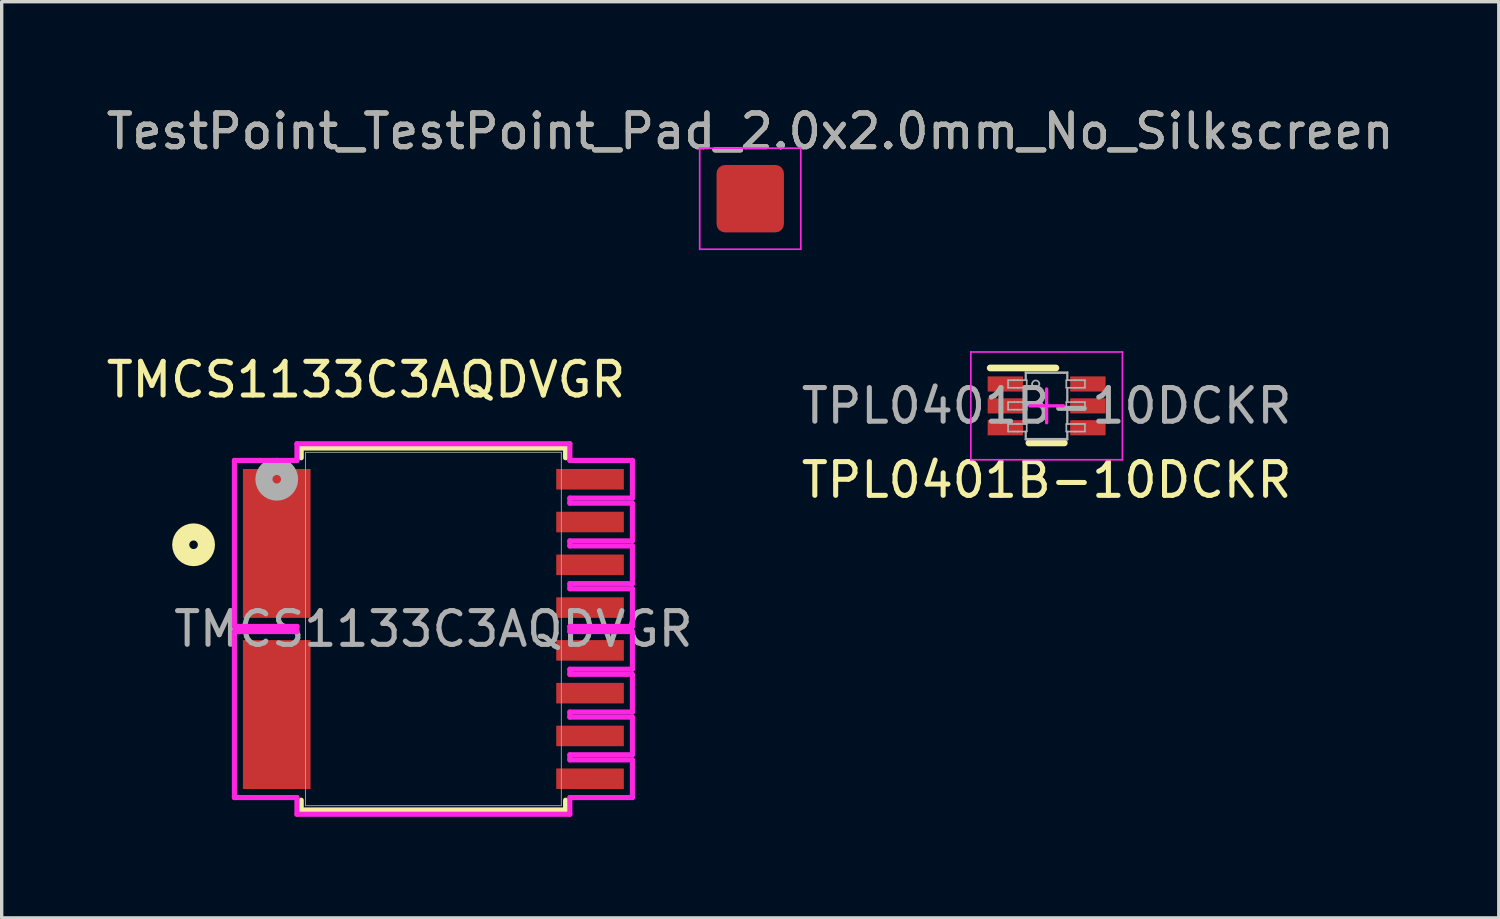
<source format=kicad_pcb>
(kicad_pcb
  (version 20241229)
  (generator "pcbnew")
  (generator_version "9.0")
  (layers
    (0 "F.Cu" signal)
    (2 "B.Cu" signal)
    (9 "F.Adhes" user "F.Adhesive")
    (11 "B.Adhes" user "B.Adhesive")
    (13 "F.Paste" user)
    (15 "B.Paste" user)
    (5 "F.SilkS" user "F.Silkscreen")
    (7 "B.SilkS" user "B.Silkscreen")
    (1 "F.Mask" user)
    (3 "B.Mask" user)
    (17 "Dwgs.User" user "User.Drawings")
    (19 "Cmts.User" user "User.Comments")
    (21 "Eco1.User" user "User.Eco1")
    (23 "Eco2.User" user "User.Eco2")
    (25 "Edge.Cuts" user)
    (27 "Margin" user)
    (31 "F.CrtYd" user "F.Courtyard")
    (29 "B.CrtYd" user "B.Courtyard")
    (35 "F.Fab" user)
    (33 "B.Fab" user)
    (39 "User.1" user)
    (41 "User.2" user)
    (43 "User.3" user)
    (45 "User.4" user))
  (footprint "TPL0401B-10DCKR"
    (layer "F.Cu")
    (at 28.018 8.998)
    (property "Reference" "TPL0401B-10DCKR" (at 0 2.2 0) (unlocked yes) (layer "F.SilkS") (effects (font (size 1 1) (thickness 0.15))))
    (attr smd)
    (fp_line (start -1.675 -1.125) (end 0.275 -1.125) (stroke (width 0.2) (type solid)) (layer "F.SilkS"))
    (fp_line (start -0.525 1.1) (end 0.525 1.1) (stroke (width 0.2) (type solid)) (layer "F.SilkS"))
    (fp_line (start -2.25 -1.6) (end 2.25 -1.6) (stroke (width 0.05) (type solid)) (layer "F.CrtYd"))
    (fp_line (start -2.25 1.6) (end -2.25 -1.6) (stroke (width 0.05) (type solid)) (layer "F.CrtYd"))
    (fp_line (start -2.25 1.6) (end 2.25 1.6) (stroke (width 0.05) (type solid)) (layer "F.CrtYd"))
    (fp_line (start -0.5 0) (end 0.5 0) (stroke (width 0.1) (type solid)) (layer "F.CrtYd"))
    (fp_line (start -0.000003 0.5) (end -0.000003 -0.5) (stroke (width 0.1) (type solid)) (layer "F.CrtYd"))
    (fp_line (start 2.25 1.6) (end 2.25 -1.6) (stroke (width 0.05) (type solid)) (layer "F.CrtYd"))
    (fp_line (start -1.143 -0.762) (end -0.959 -0.762) (stroke (width 0.05) (type solid)) (layer "F.Fab"))
    (fp_line (start -1.143 -0.537) (end -1.143 -0.762) (stroke (width 0.05) (type solid)) (layer "F.Fab"))
    (fp_line (start -1.143 -0.537) (end -0.959 -0.537) (stroke (width 0.05) (type solid)) (layer "F.Fab"))
    (fp_line (start -1.143 -0.112) (end -0.959 -0.112) (stroke (width 0.05) (type solid)) (layer "F.Fab"))
    (fp_line (start -1.143 0.113) (end -1.143 -0.112) (stroke (width 0.05) (type solid)) (layer "F.Fab"))
    (fp_line (start -1.143 0.113) (end -0.959 0.113) (stroke (width 0.05) (type solid)) (layer "F.Fab"))
    (fp_line (start -1.143 0.538) (end -0.959 0.538) (stroke (width 0.05) (type solid)) (layer "F.Fab"))
    (fp_line (start -1.143 0.763) (end -1.143 0.538) (stroke (width 0.05) (type solid)) (layer "F.Fab"))
    (fp_line (start -1.143 0.763) (end -0.959 0.763) (stroke (width 0.05) (type solid)) (layer "F.Fab"))
    (fp_line (start -0.959 -0.762) (end -0.865 -0.762) (stroke (width 0.05) (type solid)) (layer "F.Fab"))
    (fp_line (start -0.959 -0.537) (end -0.865 -0.537) (stroke (width 0.05) (type solid)) (layer "F.Fab"))
    (fp_line (start -0.959 -0.112) (end -0.865 -0.112) (stroke (width 0.05) (type solid)) (layer "F.Fab"))
    (fp_line (start -0.959 0.113) (end -0.865 0.113) (stroke (width 0.05) (type solid)) (layer "F.Fab"))
    (fp_line (start -0.959 0.538) (end -0.865 0.538) (stroke (width 0.05) (type solid)) (layer "F.Fab"))
    (fp_line (start -0.959 0.763) (end -0.865 0.763) (stroke (width 0.05) (type solid)) (layer "F.Fab"))
    (fp_line (start -0.865 -0.762) (end -0.853 -0.762) (stroke (width 0.05) (type solid)) (layer "F.Fab"))
    (fp_line (start -0.865 -0.537) (end -0.853 -0.537) (stroke (width 0.05) (type solid)) (layer "F.Fab"))
    (fp_line (start -0.865 -0.112) (end -0.853 -0.112) (stroke (width 0.05) (type solid)) (layer "F.Fab"))
    (fp_line (start -0.865 0.113) (end -0.853 0.113) (stroke (width 0.05) (type solid)) (layer "F.Fab"))
    (fp_line (start -0.865 0.538) (end -0.853 0.538) (stroke (width 0.05) (type solid)) (layer "F.Fab"))
    (fp_line (start -0.865 0.763) (end -0.853 0.763) (stroke (width 0.05) (type solid)) (layer "F.Fab"))
    (fp_line (start -0.853 -0.762) (end -0.628 -0.762) (stroke (width 0.05) (type solid)) (layer "F.Fab"))
    (fp_line (start -0.853 -0.537) (end -0.628 -0.537) (stroke (width 0.05) (type solid)) (layer "F.Fab"))
    (fp_line (start -0.853 -0.112) (end -0.628 -0.112) (stroke (width 0.05) (type solid)) (layer "F.Fab"))
    (fp_line (start -0.853 0.113) (end -0.628 0.113) (stroke (width 0.05) (type solid)) (layer "F.Fab"))
    (fp_line (start -0.853 0.538) (end -0.628 0.538) (stroke (width 0.05) (type solid)) (layer "F.Fab"))
    (fp_line (start -0.853 0.763) (end -0.628 0.763) (stroke (width 0.05) (type solid)) (layer "F.Fab"))
    (fp_line (start -0.628 -0.999) (end 0.622 -0.999) (stroke (width 0.05) (type solid)) (layer "F.Fab"))
    (fp_line (start -0.628 -0.762) (end -0.628 -0.999) (stroke (width 0.05) (type solid)) (layer "F.Fab"))
    (fp_line (start -0.628 -0.762) (end -0.591 -0.762) (stroke (width 0.05) (type solid)) (layer "F.Fab"))
    (fp_line (start -0.628 -0.537) (end -0.591 -0.537) (stroke (width 0.05) (type solid)) (layer "F.Fab"))
    (fp_line (start -0.628 -0.112) (end -0.628 -0.537) (stroke (width 0.05) (type solid)) (layer "F.Fab"))
    (fp_line (start -0.628 -0.112) (end -0.591 -0.112) (stroke (width 0.05) (type solid)) (layer "F.Fab"))
    (fp_line (start -0.628 0.113) (end -0.591 0.113) (stroke (width 0.05) (type solid)) (layer "F.Fab"))
    (fp_line (start -0.628 0.538) (end -0.628 0.113) (stroke (width 0.05) (type solid)) (layer "F.Fab"))
    (fp_line (start -0.628 0.538) (end -0.591 0.538) (stroke (width 0.05) (type solid)) (layer "F.Fab"))
    (fp_line (start -0.628 0.763) (end -0.591 0.763) (stroke (width 0.05) (type solid)) (layer "F.Fab"))
    (fp_line (start -0.628 1.001) (end -0.628 0.763) (stroke (width 0.05) (type solid)) (layer "F.Fab"))
    (fp_line (start -0.628 1.001) (end 0.622 1.001) (stroke (width 0.05) (type solid)) (layer "F.Fab"))
    (fp_line (start -0.613 -0.974) (end 0.607 -0.974) (stroke (width 0.05) (type solid)) (layer "F.Fab"))
    (fp_line (start -0.613 -0.762) (end -0.613 -0.974) (stroke (width 0.05) (type solid)) (layer "F.Fab"))
    (fp_line (start -0.613 -0.112) (end -0.613 -0.537) (stroke (width 0.05) (type solid)) (layer "F.Fab"))
    (fp_line (start -0.613 0.538) (end -0.613 0.113) (stroke (width 0.05) (type solid)) (layer "F.Fab"))
    (fp_line (start -0.613 0.976) (end -0.613 0.763) (stroke (width 0.05) (type solid)) (layer "F.Fab"))
    (fp_line (start -0.613 0.976) (end 0.607 0.976) (stroke (width 0.05) (type solid)) (layer "F.Fab"))
    (fp_line (start -0.591 -0.537) (end -0.591 -0.762) (stroke (width 0.05) (type solid)) (layer "F.Fab"))
    (fp_line (start -0.591 0.113) (end -0.591 -0.112) (stroke (width 0.05) (type solid)) (layer "F.Fab"))
    (fp_line (start -0.591 0.763) (end -0.591 0.538) (stroke (width 0.05) (type solid)) (layer "F.Fab"))
    (fp_line (start 0.585 -0.762) (end 0.622 -0.762) (stroke (width 0.05) (type solid)) (layer "F.Fab"))
    (fp_line (start 0.585 -0.537) (end 0.585 -0.762) (stroke (width 0.05) (type solid)) (layer "F.Fab"))
    (fp_line (start 0.585 -0.537) (end 0.622 -0.537) (stroke (width 0.05) (type solid)) (layer "F.Fab"))
    (fp_line (start 0.585 -0.112) (end 0.622 -0.112) (stroke (width 0.05) (type solid)) (layer "F.Fab"))
    (fp_line (start 0.585 0.113) (end 0.585 -0.112) (stroke (width 0.05) (type solid)) (layer "F.Fab"))
    (fp_line (start 0.585 0.113) (end 0.622 0.113) (stroke (width 0.05) (type solid)) (layer "F.Fab"))
    (fp_line (start 0.585 0.538) (end 0.622 0.538) (stroke (width 0.05) (type solid)) (layer "F.Fab"))
    (fp_line (start 0.585 0.763) (end 0.585 0.538) (stroke (width 0.05) (type solid)) (layer "F.Fab"))
    (fp_line (start 0.585 0.763) (end 0.622 0.763) (stroke (width 0.05) (type solid)) (layer "F.Fab"))
    (fp_line (start 0.607 -0.762) (end 0.607 -0.974) (stroke (width 0.05) (type solid)) (layer "F.Fab"))
    (fp_line (start 0.607 -0.112) (end 0.607 -0.537) (stroke (width 0.05) (type solid)) (layer "F.Fab"))
    (fp_line (start 0.607 0.538) (end 0.607 0.113) (stroke (width 0.05) (type solid)) (layer "F.Fab"))
    (fp_line (start 0.607 0.976) (end 0.607 0.763) (stroke (width 0.05) (type solid)) (layer "F.Fab"))
    (fp_line (start 0.622 -0.762) (end 0.622 -0.999) (stroke (width 0.05) (type solid)) (layer "F.Fab"))
    (fp_line (start 0.622 -0.762) (end 0.847 -0.762) (stroke (width 0.05) (type solid)) (layer "F.Fab"))
    (fp_line (start 0.622 -0.537) (end 0.847 -0.537) (stroke (width 0.05) (type solid)) (layer "F.Fab"))
    (fp_line (start 0.622 -0.112) (end 0.622 -0.537) (stroke (width 0.05) (type solid)) (layer "F.Fab"))
    (fp_line (start 0.622 -0.112) (end 0.847 -0.112) (stroke (width 0.05) (type solid)) (layer "F.Fab"))
    (fp_line (start 0.622 0.113) (end 0.847 0.113) (stroke (width 0.05) (type solid)) (layer "F.Fab"))
    (fp_line (start 0.622 0.538) (end 0.622 0.113) (stroke (width 0.05) (type solid)) (layer "F.Fab"))
    (fp_line (start 0.622 0.538) (end 0.847 0.538) (stroke (width 0.05) (type solid)) (layer "F.Fab"))
    (fp_line (start 0.622 0.763) (end 0.847 0.763) (stroke (width 0.05) (type solid)) (layer "F.Fab"))
    (fp_line (start 0.622 1.001) (end 0.622 0.763) (stroke (width 0.05) (type solid)) (layer "F.Fab"))
    (fp_line (start 0.847 -0.762) (end 0.859 -0.762) (stroke (width 0.05) (type solid)) (layer "F.Fab"))
    (fp_line (start 0.847 -0.537) (end 0.859 -0.537) (stroke (width 0.05) (type solid)) (layer "F.Fab"))
    (fp_line (start 0.847 -0.112) (end 0.859 -0.112) (stroke (width 0.05) (type solid)) (layer "F.Fab"))
    (fp_line (start 0.847 0.113) (end 0.859 0.113) (stroke (width 0.05) (type solid)) (layer "F.Fab"))
    (fp_line (start 0.847 0.538) (end 0.859 0.538) (stroke (width 0.05) (type solid)) (layer "F.Fab"))
    (fp_line (start 0.847 0.763) (end 0.859 0.763) (stroke (width 0.05) (type solid)) (layer "F.Fab"))
    (fp_line (start 0.859 -0.762) (end 0.953 -0.762) (stroke (width 0.05) (type solid)) (layer "F.Fab"))
    (fp_line (start 0.859 -0.537) (end 0.953 -0.537) (stroke (width 0.05) (type solid)) (layer "F.Fab"))
    (fp_line (start 0.859 -0.112) (end 0.953 -0.112) (stroke (width 0.05) (type solid)) (layer "F.Fab"))
    (fp_line (start 0.859 0.113) (end 0.953 0.113) (stroke (width 0.05) (type solid)) (layer "F.Fab"))
    (fp_line (start 0.859 0.538) (end 0.953 0.538) (stroke (width 0.05) (type solid)) (layer "F.Fab"))
    (fp_line (start 0.859 0.763) (end 0.953 0.763) (stroke (width 0.05) (type solid)) (layer "F.Fab"))
    (fp_line (start 0.953 -0.762) (end 1.137 -0.762) (stroke (width 0.05) (type solid)) (layer "F.Fab"))
    (fp_line (start 0.953 -0.537) (end 1.137 -0.537) (stroke (width 0.05) (type solid)) (layer "F.Fab"))
    (fp_line (start 0.953 -0.112) (end 1.137 -0.112) (stroke (width 0.05) (type solid)) (layer "F.Fab"))
    (fp_line (start 0.953 0.113) (end 1.137 0.113) (stroke (width 0.05) (type solid)) (layer "F.Fab"))
    (fp_line (start 0.953 0.538) (end 1.137 0.538) (stroke (width 0.05) (type solid)) (layer "F.Fab"))
    (fp_line (start 0.953 0.763) (end 1.137 0.763) (stroke (width 0.05) (type solid)) (layer "F.Fab"))
    (fp_line (start 1.137 -0.537) (end 1.137 -0.762) (stroke (width 0.05) (type solid)) (layer "F.Fab"))
    (fp_line (start 1.137 0.113) (end 1.137 -0.112) (stroke (width 0.05) (type solid)) (layer "F.Fab"))
    (fp_line (start 1.137 0.763) (end 1.137 0.538) (stroke (width 0.05) (type solid)) (layer "F.Fab"))
    (fp_arc (start -0.431546 -0.650138) (mid -0.323177 -0.758507) (end -0.214808 -0.650138) (stroke (width 0.05) (type solid)) (layer "F.Fab"))
    (fp_arc (start -0.214808 -0.650138) (mid -0.323177 -0.541769) (end -0.431546 -0.650138) (stroke (width 0.05) (type solid)) (layer "F.Fab"))
    (fp_text user "${REFERENCE}" (at 0 0 0) (unlocked yes) (layer "F.Fab") (effects (font (size 1 1) (thickness 0.15))))
    (pad "1" smd rect (at -1.225 -0.65 90) (size 0.45 1.05) (layers "F.Cu" "F.Mask" "F.Paste"))
    (pad "2" smd rect (at -1.225 0 90) (size 0.45 1.05) (layers "F.Cu" "F.Mask" "F.Paste"))
    (pad "3" smd rect (at -1.225 0.65 90) (size 0.45 1.05) (layers "F.Cu" "F.Mask" "F.Paste"))
    (pad "4" smd rect (at 1.225 0.65 90) (size 0.45 1.05) (layers "F.Cu" "F.Mask" "F.Paste"))
    (pad "5" smd rect (at 1.225 0 90) (size 0.45 1.05) (layers "F.Cu" "F.Mask" "F.Paste"))
    (pad "6" smd rect (at 1.225 -0.65 90) (size 0.45 1.05) (layers "F.Cu" "F.Mask" "F.Paste")))
  (footprint "TestPoint_TestPoint_Pad_2.0x2.0mm_No_Silkscreen"
    (layer "F.Cu")
    (at 19.22 2.848)
    (property "Reference" "TestPoint_TestPoint_Pad_2.0x2.0mm_No_Silkscreen" (at 0 -1.998 0) (layer "F.SilkS") (effects (font (size 1 1) (thickness 0.15))))
    (attr exclude_from_pos_files exclude_from_bom)
    (fp_line (start -1.5 -1.5) (end -1.5 1.5) (stroke (width 0.05) (type solid)) (layer "F.CrtYd"))
    (fp_line (start -1.5 -1.5) (end 1.5 -1.5) (stroke (width 0.05) (type solid)) (layer "F.CrtYd"))
    (fp_line (start 1.5 1.5) (end -1.5 1.5) (stroke (width 0.05) (type solid)) (layer "F.CrtYd"))
    (fp_line (start 1.5 1.5) (end 1.5 -1.5) (stroke (width 0.05) (type solid)) (layer "F.CrtYd"))
    (fp_text user "${REFERENCE}" (at 0 -2 0) (layer "F.Fab") (effects (font (size 1 1) (thickness 0.15))))
    (pad "1" smd roundrect (at 0 0) (size 2 2) (layers "F.Cu" "F.Mask") (roundrect_rratio 0.125)))
  (footprint "TMCS1133C3AQDVGR"
    (layer "F.Cu")
    (at 9.815 15.621)
    (property "Reference" "TMCS1133C3AQDVGR" (at -2 -7.4 0) (unlocked yes) (layer "F.SilkS") (effects (font (size 1 1) (thickness 0.15))))
    (attr smd)
    (fp_line (start -3.924 -5.372) (end -3.924 -5.083) (stroke (width 0.152) (type solid)) (layer "F.SilkS"))
    (fp_line (start -3.924 5.083) (end -3.924 5.372) (stroke (width 0.152) (type solid)) (layer "F.SilkS"))
    (fp_line (start -3.924 5.372) (end 3.924 5.372) (stroke (width 0.152) (type solid)) (layer "F.SilkS"))
    (fp_line (start 3.924 -5.372) (end -3.924 -5.372) (stroke (width 0.152) (type solid)) (layer "F.SilkS"))
    (fp_line (start 3.924 -5.083) (end 3.924 -5.372) (stroke (width 0.152) (type solid)) (layer "F.SilkS"))
    (fp_line (start 3.924 5.372) (end 3.924 5.083) (stroke (width 0.152) (type solid)) (layer "F.SilkS"))
    (fp_circle (center -7.119 -2.5) (end -7.5 -2.5) (stroke (width 0.508) (type solid)) (fill no) (layer "F.SilkS"))
    (fp_line (start -5.907 -5.004) (end -5.907 -0.076) (stroke (width 0.152) (type solid)) (layer "F.CrtYd"))
    (fp_line (start -5.907 -0.076) (end -4.051 -0.076) (stroke (width 0.152) (type solid)) (layer "F.CrtYd"))
    (fp_line (start -5.907 0.076) (end -5.907 5.004) (stroke (width 0.152) (type solid)) (layer "F.CrtYd"))
    (fp_line (start -5.907 5.004) (end -4.051 5.004) (stroke (width 0.152) (type solid)) (layer "F.CrtYd"))
    (fp_line (start -4.051 -5.499) (end -4.051 -5.004) (stroke (width 0.152) (type solid)) (layer "F.CrtYd"))
    (fp_line (start -4.051 -5.004) (end -5.907 -5.004) (stroke (width 0.152) (type solid)) (layer "F.CrtYd"))
    (fp_line (start -4.051 -0.076) (end -4.051 0.076) (stroke (width 0.152) (type solid)) (layer "F.CrtYd"))
    (fp_line (start -4.051 0.076) (end -5.907 0.076) (stroke (width 0.152) (type solid)) (layer "F.CrtYd"))
    (fp_line (start -4.051 5.004) (end -4.051 5.499) (stroke (width 0.152) (type solid)) (layer "F.CrtYd"))
    (fp_line (start -4.051 5.499) (end 4.051 5.499) (stroke (width 0.152) (type solid)) (layer "F.CrtYd"))
    (fp_line (start 4.051 -5.499) (end -4.051 -5.499) (stroke (width 0.152) (type solid)) (layer "F.CrtYd"))
    (fp_line (start 4.051 -5.004) (end 4.051 -5.499) (stroke (width 0.152) (type solid)) (layer "F.CrtYd"))
    (fp_line (start 4.051 -3.886) (end 5.907 -3.886) (stroke (width 0.152) (type solid)) (layer "F.CrtYd"))
    (fp_line (start 4.051 -3.734) (end 4.051 -3.886) (stroke (width 0.152) (type solid)) (layer "F.CrtYd"))
    (fp_line (start 4.051 -2.616) (end 5.907 -2.616) (stroke (width 0.152) (type solid)) (layer "F.CrtYd"))
    (fp_line (start 4.051 -2.464) (end 4.051 -2.616) (stroke (width 0.152) (type solid)) (layer "F.CrtYd"))
    (fp_line (start 4.051 -1.346) (end 5.907 -1.346) (stroke (width 0.152) (type solid)) (layer "F.CrtYd"))
    (fp_line (start 4.051 -1.194) (end 4.051 -1.346) (stroke (width 0.152) (type solid)) (layer "F.CrtYd"))
    (fp_line (start 4.051 -0.076) (end 5.907 -0.076) (stroke (width 0.152) (type solid)) (layer "F.CrtYd"))
    (fp_line (start 4.051 0.076) (end 4.051 -0.076) (stroke (width 0.152) (type solid)) (layer "F.CrtYd"))
    (fp_line (start 4.051 1.194) (end 5.907 1.194) (stroke (width 0.152) (type solid)) (layer "F.CrtYd"))
    (fp_line (start 4.051 1.346) (end 4.051 1.194) (stroke (width 0.152) (type solid)) (layer "F.CrtYd"))
    (fp_line (start 4.051 2.464) (end 5.907 2.464) (stroke (width 0.152) (type solid)) (layer "F.CrtYd"))
    (fp_line (start 4.051 2.616) (end 4.051 2.464) (stroke (width 0.152) (type solid)) (layer "F.CrtYd"))
    (fp_line (start 4.051 3.734) (end 5.907 3.734) (stroke (width 0.152) (type solid)) (layer "F.CrtYd"))
    (fp_line (start 4.051 3.886) (end 4.051 3.734) (stroke (width 0.152) (type solid)) (layer "F.CrtYd"))
    (fp_line (start 4.051 5.004) (end 5.907 5.004) (stroke (width 0.152) (type solid)) (layer "F.CrtYd"))
    (fp_line (start 4.051 5.499) (end 4.051 5.004) (stroke (width 0.152) (type solid)) (layer "F.CrtYd"))
    (fp_line (start 5.907 -5.004) (end 4.051 -5.004) (stroke (width 0.152) (type solid)) (layer "F.CrtYd"))
    (fp_line (start 5.907 -3.886) (end 5.907 -5.004) (stroke (width 0.152) (type solid)) (layer "F.CrtYd"))
    (fp_line (start 5.907 -3.734) (end 4.051 -3.734) (stroke (width 0.152) (type solid)) (layer "F.CrtYd"))
    (fp_line (start 5.907 -2.616) (end 5.907 -3.734) (stroke (width 0.152) (type solid)) (layer "F.CrtYd"))
    (fp_line (start 5.907 -2.464) (end 4.051 -2.464) (stroke (width 0.152) (type solid)) (layer "F.CrtYd"))
    (fp_line (start 5.907 -1.346) (end 5.907 -2.464) (stroke (width 0.152) (type solid)) (layer "F.CrtYd"))
    (fp_line (start 5.907 -1.194) (end 4.051 -1.194) (stroke (width 0.152) (type solid)) (layer "F.CrtYd"))
    (fp_line (start 5.907 -0.076) (end 5.907 -1.194) (stroke (width 0.152) (type solid)) (layer "F.CrtYd"))
    (fp_line (start 5.907 0.076) (end 4.051 0.076) (stroke (width 0.152) (type solid)) (layer "F.CrtYd"))
    (fp_line (start 5.907 1.194) (end 5.907 0.076) (stroke (width 0.152) (type solid)) (layer "F.CrtYd"))
    (fp_line (start 5.907 1.346) (end 4.051 1.346) (stroke (width 0.152) (type solid)) (layer "F.CrtYd"))
    (fp_line (start 5.907 2.464) (end 5.907 1.346) (stroke (width 0.152) (type solid)) (layer "F.CrtYd"))
    (fp_line (start 5.907 2.616) (end 4.051 2.616) (stroke (width 0.152) (type solid)) (layer "F.CrtYd"))
    (fp_line (start 5.907 3.734) (end 5.907 2.616) (stroke (width 0.152) (type solid)) (layer "F.CrtYd"))
    (fp_line (start 5.907 3.886) (end 4.051 3.886) (stroke (width 0.152) (type solid)) (layer "F.CrtYd"))
    (fp_line (start 5.907 5.004) (end 5.907 3.886) (stroke (width 0.152) (type solid)) (layer "F.CrtYd"))
    (fp_line (start -3.797 -5.245) (end -3.797 5.245) (stroke (width 0.025) (type solid)) (layer "F.Fab"))
    (fp_line (start -3.797 5.245) (end 3.797 5.245) (stroke (width 0.025) (type solid)) (layer "F.Fab"))
    (fp_line (start 3.797 -5.245) (end -3.797 -5.245) (stroke (width 0.025) (type solid)) (layer "F.Fab"))
    (fp_line (start 3.797 5.245) (end 3.797 -5.245) (stroke (width 0.025) (type solid)) (layer "F.Fab"))
    (fp_circle (center -4.65 -4.445) (end -4.269 -4.445) (stroke (width 0.508) (type solid)) (fill no) (layer "F.Fab"))
    (fp_text user "${REFERENCE}" (at 0 0 0) (unlocked yes) (layer "F.Fab") (effects (font (size 1 1) (thickness 0.15))))
    (pad "1" smd rect (at -4.65 -2.54) (size 2.007 4.42) (layers "F.Cu" "F.Mask" "F.Paste"))
    (pad "2" smd rect (at -4.65 2.54) (size 2.007 4.42) (layers "F.Cu" "F.Mask" "F.Paste"))
    (pad "3" smd rect (at 4.65 4.445) (size 2.007 0.61) (layers "F.Cu" "F.Mask" "F.Paste"))
    (pad "4" smd rect (at 4.65 3.175) (size 2.007 0.61) (layers "F.Cu" "F.Mask" "F.Paste"))
    (pad "5" smd rect (at 4.65 1.905) (size 2.007 0.61) (layers "F.Cu" "F.Mask" "F.Paste"))
    (pad "6" smd rect (at 4.65 0.635) (size 2.007 0.61) (layers "F.Cu" "F.Mask" "F.Paste"))
    (pad "7" smd rect (at 4.65 -0.635) (size 2.007 0.61) (layers "F.Cu" "F.Mask" "F.Paste"))
    (pad "8" smd rect (at 4.65 -1.905) (size 2.007 0.61) (layers "F.Cu" "F.Mask" "F.Paste"))
    (pad "9" smd rect (at 4.65 -3.175) (size 2.007 0.61) (layers "F.Cu" "F.Mask" "F.Paste"))
    (pad "10" smd rect (at 4.65 -4.445) (size 2.007 0.61) (layers "F.Cu" "F.Mask" "F.Paste")))
  (gr_rect
    (start -3 -3)
    (end 41.44 24.197)
    (stroke (width 0.1) (type default))
    (fill no)
    (layer "Edge.Cuts")))
</source>
